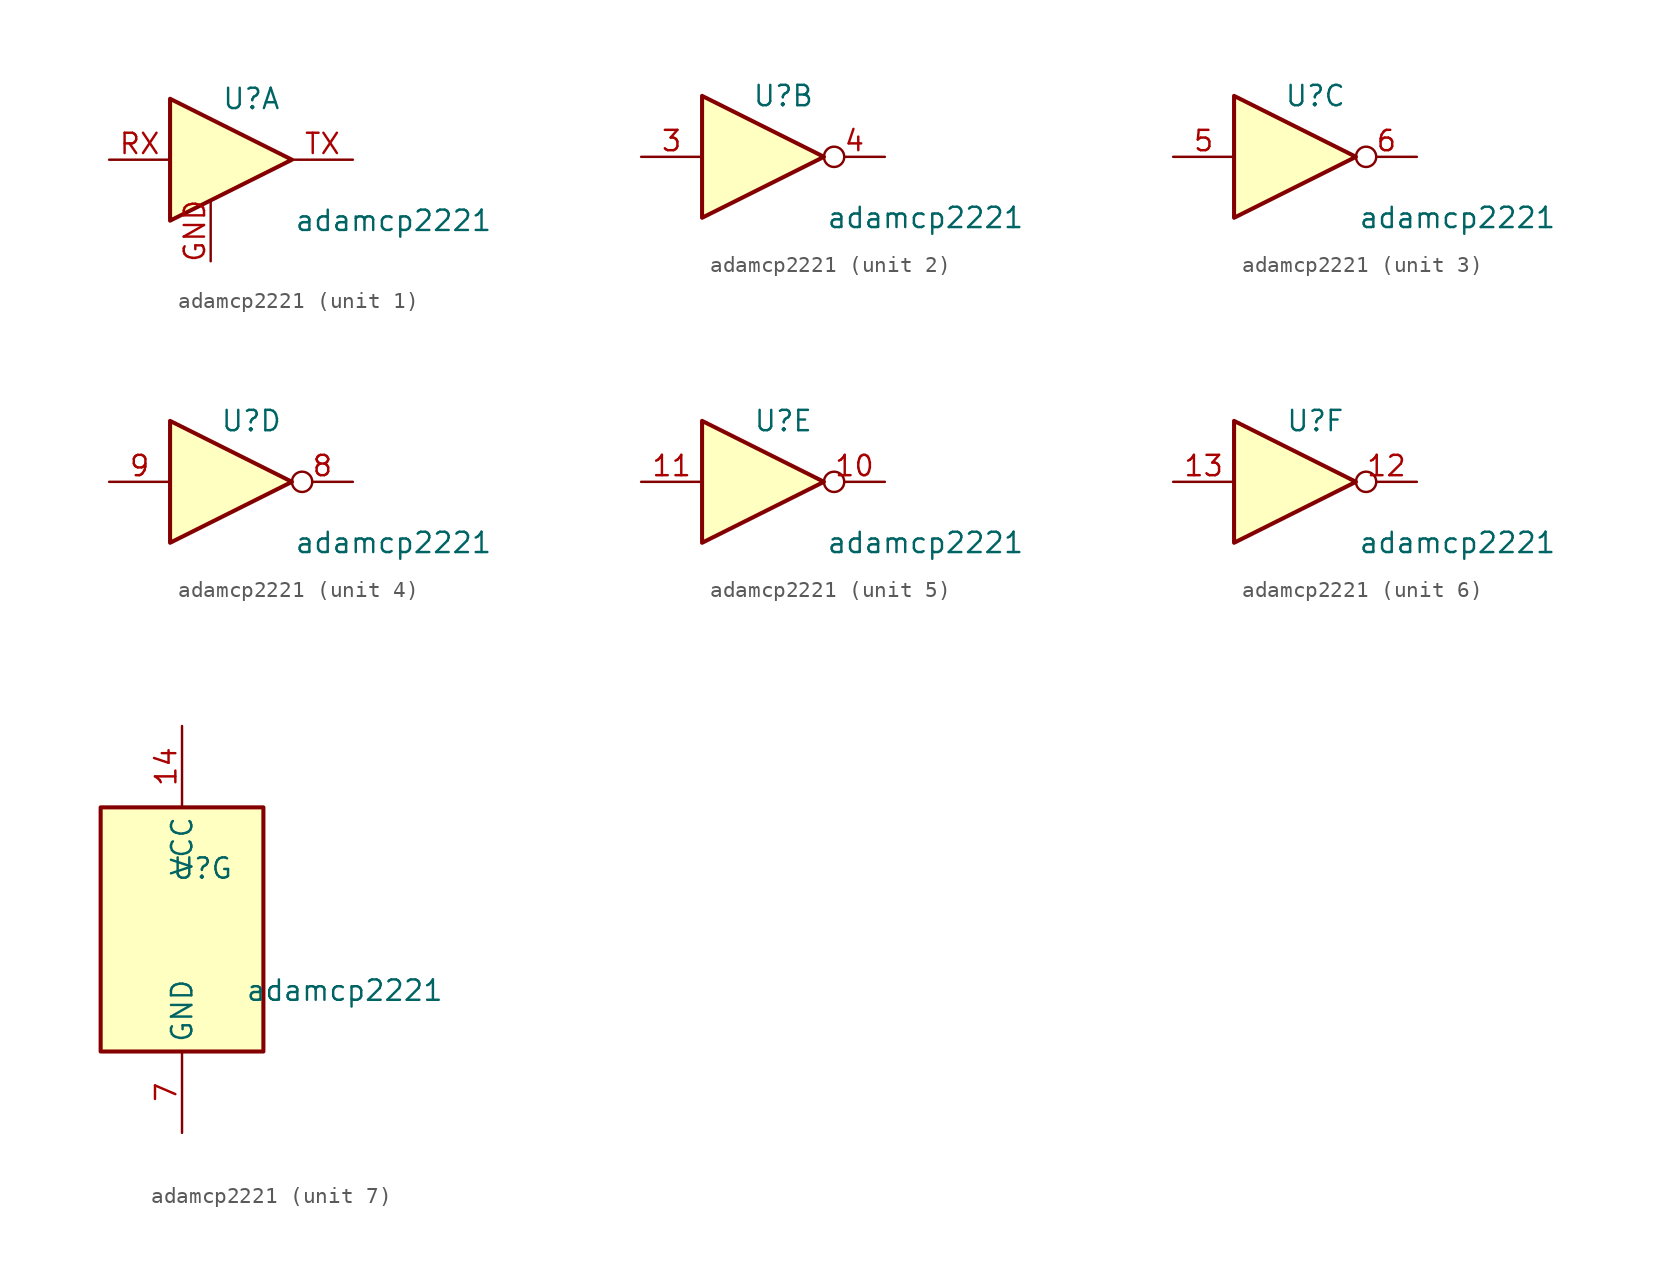
<source format=kicad_sym>
(kicad_symbol_lib
  (version 20220914)
  (generator kicad_symbol_editor)
  (symbol "adamcp2221"
    (property "Reference" "U"
      (at 1.27 3.81 0)
      (effects (font (size 1.27 1.27))))
    (property "Value" "adamcp2221"
      (at 10.16 -3.81 0)
      (effects (font (size 1.27 1.27))))
    (property "ki_locked" ""
      (at 0 0 0)
      (effects (font (size 1.27 1.27))))
    (symbol "adamcp2221_1_0"
      (polyline (pts (xy -3.81 3.81) (xy -3.81 -3.81) (xy 3.81 0) (xy -3.81 3.81)) (stroke (width 0.254) (type default)) (fill (type background)))
      (pin passive line (at -1.27 -6.35 90) (length 3.81) (name "~" (effects (font (size 1.27 1.27)))) (number "GND" (effects (font (size 1.27 1.27)))))
      (pin input line (at -7.62 0 0) (length 3.81) (name "~" (effects (font (size 1.27 1.27)))) (number "RX" (effects (font (size 1.27 1.27)))))
      (pin output line (at 7.62 0 180) (length 3.81) (name "~" (effects (font (size 1.27 1.27)))) (number "TX" (effects (font (size 1.27 1.27))))))
    (symbol "adamcp2221_2_0"
      (polyline (pts (xy -3.81 3.81) (xy -3.81 -3.81) (xy 3.81 0) (xy -3.81 3.81)) (stroke (width 0.254) (type default)) (fill (type background)))
      (pin input line (at -7.62 0 0) (length 3.81) (name "~" (effects (font (size 1.27 1.27)))) (number "3" (effects (font (size 1.27 1.27)))))
      (pin output inverted (at 7.62 0 180) (length 3.81) (name "~" (effects (font (size 1.27 1.27)))) (number "4" (effects (font (size 1.27 1.27))))))
    (symbol "adamcp2221_3_0"
      (polyline (pts (xy -3.81 3.81) (xy -3.81 -3.81) (xy 3.81 0) (xy -3.81 3.81)) (stroke (width 0.254) (type default)) (fill (type background)))
      (pin input line (at -7.62 0 0) (length 3.81) (name "~" (effects (font (size 1.27 1.27)))) (number "5" (effects (font (size 1.27 1.27)))))
      (pin output inverted (at 7.62 0 180) (length 3.81) (name "~" (effects (font (size 1.27 1.27)))) (number "6" (effects (font (size 1.27 1.27))))))
    (symbol "adamcp2221_4_0"
      (polyline (pts (xy -3.81 3.81) (xy -3.81 -3.81) (xy 3.81 0) (xy -3.81 3.81)) (stroke (width 0.254) (type default)) (fill (type background)))
      (pin output inverted (at 7.62 0 180) (length 3.81) (name "~" (effects (font (size 1.27 1.27)))) (number "8" (effects (font (size 1.27 1.27)))))
      (pin input line (at -7.62 0 0) (length 3.81) (name "~" (effects (font (size 1.27 1.27)))) (number "9" (effects (font (size 1.27 1.27))))))
    (symbol "adamcp2221_5_0"
      (polyline (pts (xy -3.81 3.81) (xy -3.81 -3.81) (xy 3.81 0) (xy -3.81 3.81)) (stroke (width 0.254) (type default)) (fill (type background)))
      (pin output inverted (at 7.62 0 180) (length 3.81) (name "~" (effects (font (size 1.27 1.27)))) (number "10" (effects (font (size 1.27 1.27)))))
      (pin input line (at -7.62 0 0) (length 3.81) (name "~" (effects (font (size 1.27 1.27)))) (number "11" (effects (font (size 1.27 1.27))))))
    (symbol "adamcp2221_6_0"
      (polyline (pts (xy -3.81 3.81) (xy -3.81 -3.81) (xy 3.81 0) (xy -3.81 3.81)) (stroke (width 0.254) (type default)) (fill (type background)))
      (pin output inverted (at 7.62 0 180) (length 3.81) (name "~" (effects (font (size 1.27 1.27)))) (number "12" (effects (font (size 1.27 1.27)))))
      (pin input line (at -7.62 0 0) (length 3.81) (name "~" (effects (font (size 1.27 1.27)))) (number "13" (effects (font (size 1.27 1.27))))))
    (symbol "adamcp2221_7_0"
      (pin power_in line (at 0 12.7 270) (length 5.08) (name "VCC" (effects (font (size 1.27 1.27)))) (number "14" (effects (font (size 1.27 1.27)))))
      (pin power_in line (at 0 -12.7 90) (length 5.08) (name "GND" (effects (font (size 1.27 1.27)))) (number "7" (effects (font (size 1.27 1.27))))))
    (symbol "adamcp2221_7_1"
      (rectangle (start -5.08 7.62) (end 5.08 -7.62) (stroke (width 0.254) (type default)) (fill (type background))))))
</source>
